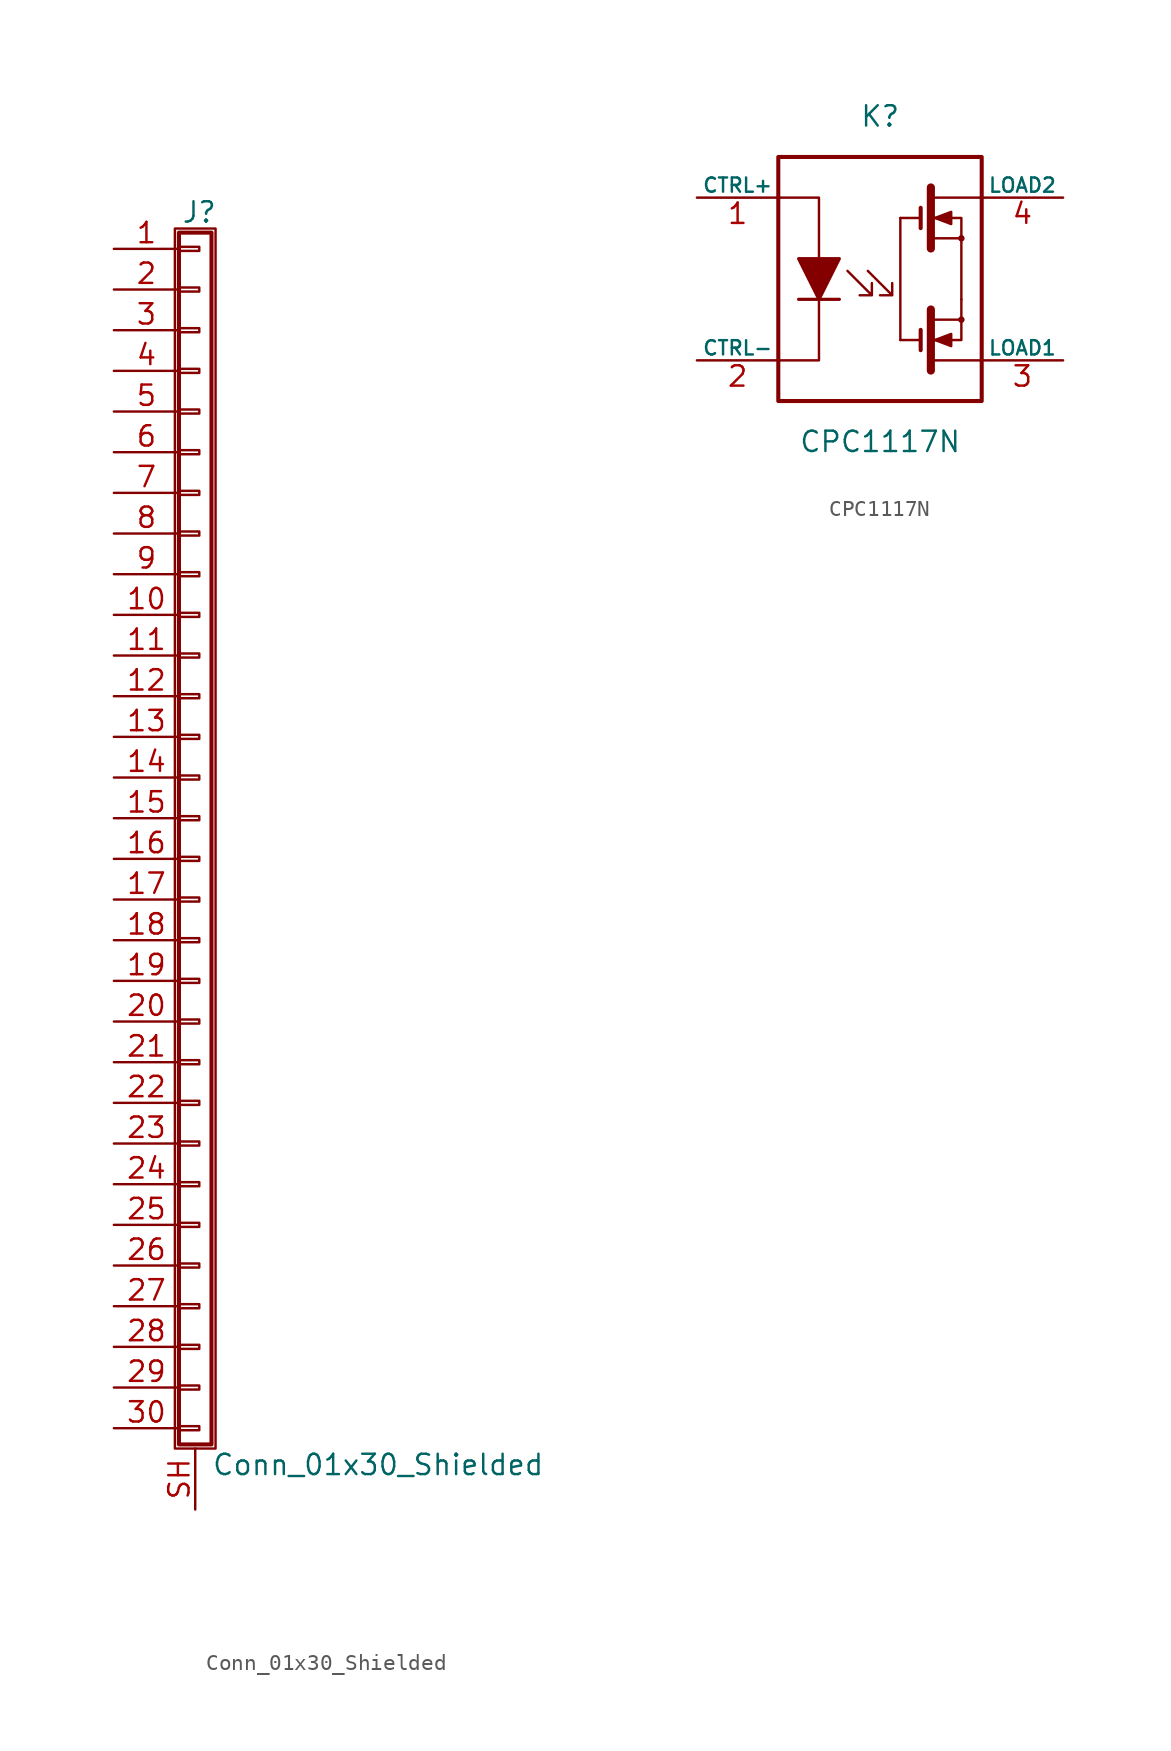
<source format=kicad_sym>
(kicad_symbol_lib
  (version 20241209)
  (generator "kicad_symbol_editor")
  (generator_version "9.0")
  (symbol "Conn_01x30_Shielded"
    (pin_names
      (offset 1.016)
      (hide yes))
    (property "Reference" "J"
      (at 0.254 37.846 0)
      (effects (font (size 1.27 1.27))))
    (property "Value" "Conn_01x30_Shielded"
      (at 1.016 -40.386 0)
      (effects (font (size 1.27 1.27)) (justify left)))
    (symbol "Conn_01x30_Shielded_1_1"
      (rectangle (start -1.27 36.83) (end 1.27 -39.37) (stroke (width 0.152) (type solid)) (fill (type none)))
      (rectangle (start -1.016 36.576) (end 1.016 -39.116) (stroke (width 0.254) (type solid)) (fill (type none)))
      (rectangle (start -1.016 35.687) (end 0.254 35.433) (stroke (width 0.152) (type solid)) (fill (type none)))
      (rectangle (start -1.016 33.147) (end 0.254 32.893) (stroke (width 0.152) (type solid)) (fill (type none)))
      (rectangle (start -1.016 30.607) (end 0.254 30.353) (stroke (width 0.152) (type solid)) (fill (type none)))
      (rectangle (start -1.016 28.067) (end 0.254 27.813) (stroke (width 0.152) (type solid)) (fill (type none)))
      (rectangle (start -1.016 25.527) (end 0.254 25.273) (stroke (width 0.152) (type solid)) (fill (type none)))
      (rectangle (start -1.016 22.987) (end 0.254 22.733) (stroke (width 0.152) (type solid)) (fill (type none)))
      (rectangle (start -1.016 20.447) (end 0.254 20.193) (stroke (width 0.152) (type solid)) (fill (type none)))
      (rectangle (start -1.016 17.907) (end 0.254 17.653) (stroke (width 0.152) (type solid)) (fill (type none)))
      (rectangle (start -1.016 15.367) (end 0.254 15.113) (stroke (width 0.152) (type solid)) (fill (type none)))
      (rectangle (start -1.016 12.827) (end 0.254 12.573) (stroke (width 0.152) (type solid)) (fill (type none)))
      (rectangle (start -1.016 10.287) (end 0.254 10.033) (stroke (width 0.152) (type solid)) (fill (type none)))
      (rectangle (start -1.016 7.747) (end 0.254 7.493) (stroke (width 0.152) (type solid)) (fill (type none)))
      (rectangle (start -1.016 5.207) (end 0.254 4.953) (stroke (width 0.152) (type solid)) (fill (type none)))
      (rectangle (start -1.016 2.667) (end 0.254 2.413) (stroke (width 0.152) (type solid)) (fill (type none)))
      (rectangle (start -1.016 0.127) (end 0.254 -0.127) (stroke (width 0.152) (type solid)) (fill (type none)))
      (rectangle (start -1.016 -2.413) (end 0.254 -2.667) (stroke (width 0.152) (type solid)) (fill (type none)))
      (rectangle (start -1.016 -4.953) (end 0.254 -5.207) (stroke (width 0.152) (type solid)) (fill (type none)))
      (rectangle (start -1.016 -7.493) (end 0.254 -7.747) (stroke (width 0.152) (type solid)) (fill (type none)))
      (rectangle (start -1.016 -10.033) (end 0.254 -10.287) (stroke (width 0.152) (type solid)) (fill (type none)))
      (rectangle (start -1.016 -12.573) (end 0.254 -12.827) (stroke (width 0.152) (type solid)) (fill (type none)))
      (rectangle (start -1.016 -15.113) (end 0.254 -15.367) (stroke (width 0.152) (type solid)) (fill (type none)))
      (rectangle (start -1.016 -17.653) (end 0.254 -17.907) (stroke (width 0.152) (type solid)) (fill (type none)))
      (rectangle (start -1.016 -20.193) (end 0.254 -20.447) (stroke (width 0.152) (type solid)) (fill (type none)))
      (rectangle (start -1.016 -22.733) (end 0.254 -22.987) (stroke (width 0.152) (type solid)) (fill (type none)))
      (rectangle (start -1.016 -25.273) (end 0.254 -25.527) (stroke (width 0.152) (type solid)) (fill (type none)))
      (rectangle (start -1.016 -27.813) (end 0.254 -28.067) (stroke (width 0.152) (type solid)) (fill (type none)))
      (rectangle (start -1.016 -30.353) (end 0.254 -30.607) (stroke (width 0.152) (type solid)) (fill (type none)))
      (rectangle (start -1.016 -32.893) (end 0.254 -33.147) (stroke (width 0.152) (type solid)) (fill (type none)))
      (rectangle (start -1.016 -35.433) (end 0.254 -35.687) (stroke (width 0.152) (type solid)) (fill (type none)))
      (rectangle (start -1.016 -37.973) (end 0.254 -38.227) (stroke (width 0.152) (type solid)) (fill (type none)))
      (pin passive line (at -5.08 35.56 0) (length 4.064) (name "Pin_1" (effects (font (size 1.27 1.27)))) (number "1" (effects (font (size 1.27 1.27)))))
      (pin passive line (at -5.08 33.02 0) (length 4.064) (name "Pin_2" (effects (font (size 1.27 1.27)))) (number "2" (effects (font (size 1.27 1.27)))))
      (pin passive line (at -5.08 30.48 0) (length 4.064) (name "Pin_3" (effects (font (size 1.27 1.27)))) (number "3" (effects (font (size 1.27 1.27)))))
      (pin passive line (at -5.08 27.94 0) (length 4.064) (name "Pin_4" (effects (font (size 1.27 1.27)))) (number "4" (effects (font (size 1.27 1.27)))))
      (pin passive line (at -5.08 25.4 0) (length 4.064) (name "Pin_5" (effects (font (size 1.27 1.27)))) (number "5" (effects (font (size 1.27 1.27)))))
      (pin passive line (at -5.08 22.86 0) (length 4.064) (name "Pin_6" (effects (font (size 1.27 1.27)))) (number "6" (effects (font (size 1.27 1.27)))))
      (pin passive line (at -5.08 20.32 0) (length 4.064) (name "Pin_7" (effects (font (size 1.27 1.27)))) (number "7" (effects (font (size 1.27 1.27)))))
      (pin passive line (at -5.08 17.78 0) (length 4.064) (name "Pin_8" (effects (font (size 1.27 1.27)))) (number "8" (effects (font (size 1.27 1.27)))))
      (pin passive line (at -5.08 15.24 0) (length 4.064) (name "Pin_9" (effects (font (size 1.27 1.27)))) (number "9" (effects (font (size 1.27 1.27)))))
      (pin passive line (at -5.08 12.7 0) (length 4.064) (name "Pin_10" (effects (font (size 1.27 1.27)))) (number "10" (effects (font (size 1.27 1.27)))))
      (pin passive line (at -5.08 10.16 0) (length 4.064) (name "Pin_11" (effects (font (size 1.27 1.27)))) (number "11" (effects (font (size 1.27 1.27)))))
      (pin passive line (at -5.08 7.62 0) (length 4.064) (name "Pin_12" (effects (font (size 1.27 1.27)))) (number "12" (effects (font (size 1.27 1.27)))))
      (pin passive line (at -5.08 5.08 0) (length 4.064) (name "Pin_13" (effects (font (size 1.27 1.27)))) (number "13" (effects (font (size 1.27 1.27)))))
      (pin passive line (at -5.08 2.54 0) (length 4.064) (name "Pin_14" (effects (font (size 1.27 1.27)))) (number "14" (effects (font (size 1.27 1.27)))))
      (pin passive line (at -5.08 0 0) (length 4.064) (name "Pin_15" (effects (font (size 1.27 1.27)))) (number "15" (effects (font (size 1.27 1.27)))))
      (pin passive line (at -5.08 -2.54 0) (length 4.064) (name "Pin_16" (effects (font (size 1.27 1.27)))) (number "16" (effects (font (size 1.27 1.27)))))
      (pin passive line (at -5.08 -5.08 0) (length 4.064) (name "Pin_17" (effects (font (size 1.27 1.27)))) (number "17" (effects (font (size 1.27 1.27)))))
      (pin passive line (at -5.08 -7.62 0) (length 4.064) (name "Pin_18" (effects (font (size 1.27 1.27)))) (number "18" (effects (font (size 1.27 1.27)))))
      (pin passive line (at -5.08 -10.16 0) (length 4.064) (name "Pin_19" (effects (font (size 1.27 1.27)))) (number "19" (effects (font (size 1.27 1.27)))))
      (pin passive line (at -5.08 -12.7 0) (length 4.064) (name "Pin_20" (effects (font (size 1.27 1.27)))) (number "20" (effects (font (size 1.27 1.27)))))
      (pin passive line (at -5.08 -15.24 0) (length 4.064) (name "Pin_21" (effects (font (size 1.27 1.27)))) (number "21" (effects (font (size 1.27 1.27)))))
      (pin passive line (at -5.08 -17.78 0) (length 4.064) (name "Pin_22" (effects (font (size 1.27 1.27)))) (number "22" (effects (font (size 1.27 1.27)))))
      (pin passive line (at -5.08 -20.32 0) (length 4.064) (name "Pin_23" (effects (font (size 1.27 1.27)))) (number "23" (effects (font (size 1.27 1.27)))))
      (pin passive line (at -5.08 -22.86 0) (length 4.064) (name "Pin_24" (effects (font (size 1.27 1.27)))) (number "24" (effects (font (size 1.27 1.27)))))
      (pin passive line (at -5.08 -25.4 0) (length 4.064) (name "Pin_25" (effects (font (size 1.27 1.27)))) (number "25" (effects (font (size 1.27 1.27)))))
      (pin passive line (at -5.08 -27.94 0) (length 4.064) (name "Pin_26" (effects (font (size 1.27 1.27)))) (number "26" (effects (font (size 1.27 1.27)))))
      (pin passive line (at -5.08 -30.48 0) (length 4.064) (name "Pin_27" (effects (font (size 1.27 1.27)))) (number "27" (effects (font (size 1.27 1.27)))))
      (pin passive line (at -5.08 -33.02 0) (length 4.064) (name "Pin_28" (effects (font (size 1.27 1.27)))) (number "28" (effects (font (size 1.27 1.27)))))
      (pin passive line (at -5.08 -35.56 0) (length 4.064) (name "Pin_29" (effects (font (size 1.27 1.27)))) (number "29" (effects (font (size 1.27 1.27)))))
      (pin passive line (at -5.08 -38.1 0) (length 4.064) (name "Pin_30" (effects (font (size 1.27 1.27)))) (number "30" (effects (font (size 1.27 1.27)))))
      (pin passive line (at 0 -43.18 90) (length 3.81) (name "Shield" (effects (font (size 1.27 1.27)))) (number "SH" (effects (font (size 1.27 1.27)))))))
  (symbol "CPC1117N"
    (pin_names
      (offset 0))
    (property "Reference" "K"
      (at -1.27 10.16 0)
      (effects (font (size 1.27 1.27)) (justify left)))
    (property "Value" "CPC1117N"
      (at -5.08 -10.16 0)
      (effects (font (size 1.27 1.27)) (justify left)))
    (symbol "CPC1117N_0_0"
      (pin bidirectional line (at -11.43 5.08 0) (length 5.08) (name "CTRL+" (effects (font (size 0.889 0.889)))) (number "1" (effects (font (size 1.27 1.27)))))
      (pin bidirectional line (at -11.43 -5.08 0) (length 5.08) (name "CTRL-" (effects (font (size 0.889 0.889)))) (number "2" (effects (font (size 1.27 1.27)))))
      (pin bidirectional line (at 11.43 5.08 180) (length 5.08) (name "LOAD2" (effects (font (size 0.889 0.889)))) (number "4" (effects (font (size 1.27 1.27)))))
      (pin bidirectional line (at 11.43 -5.08 180) (length 5.08) (name "LOAD1" (effects (font (size 0.889 0.889)))) (number "3" (effects (font (size 1.27 1.27))))))
    (symbol "CPC1117N_0_1"
      (rectangle (start -6.35 7.62) (end 6.35 -7.62) (stroke (width 0.254) (type solid)) (fill (type none)))
      (polyline (pts (xy -3.81 1.27) (xy -3.81 5.08) (xy -6.35 5.08)) (stroke (width 0.152) (type solid)) (fill (type none)))
      (polyline (pts (xy -3.81 -1.27) (xy -3.81 -5.08) (xy -6.35 -5.08)) (stroke (width 0.152) (type solid)) (fill (type none)))
      (polyline (pts (xy 1.27 3.81) (xy 1.27 -3.81)) (stroke (width 0.152) (type solid)) (fill (type none))))
    (symbol "CPC1117N_1_1"
      (polyline (pts (xy -5.08 1.27) (xy -2.54 1.27) (xy -3.81 -1.27) (xy -5.08 1.27)) (stroke (width 0.203) (type solid)) (fill (type outline)))
      (polyline (pts (xy -5.08 -1.27) (xy -2.54 -1.27)) (stroke (width 0.203) (type solid)) (fill (type none)))
      (polyline (pts (xy -3.81 1.27) (xy -3.81 -1.27)) (stroke (width 0) (type solid)) (fill (type none)))
      (polyline (pts (xy -2.032 0.508) (xy -0.508 -1.016) (xy -1.27 -1.016) (xy -0.508 -1.016) (xy -0.508 -0.254)) (stroke (width 0) (type solid)) (fill (type none)))
      (polyline (pts (xy -0.762 0.508) (xy 0.762 -1.016) (xy 0 -1.016) (xy 0.762 -1.016) (xy 0.762 -0.254)) (stroke (width 0) (type solid)) (fill (type none)))
      (polyline (pts (xy 2.54 4.445) (xy 2.54 3.175) (xy 2.54 3.556)) (stroke (width 0.254) (type solid)) (fill (type none)))
      (polyline (pts (xy 2.54 3.81) (xy 1.27 3.81)) (stroke (width 0) (type solid)) (fill (type none)))
      (polyline (pts (xy 2.54 -3.81) (xy 1.27 -3.81)) (stroke (width 0) (type solid)) (fill (type none)))
      (polyline (pts (xy 2.54 -4.445) (xy 2.54 -3.175) (xy 2.54 -3.556)) (stroke (width 0.254) (type solid)) (fill (type none)))
      (polyline (pts (xy 3.175 5.715) (xy 3.175 1.905)) (stroke (width 0.508) (type solid)) (fill (type none)))
      (polyline (pts (xy 3.175 -5.715) (xy 3.175 -1.905)) (stroke (width 0.508) (type solid)) (fill (type none)))
      (polyline (pts (xy 3.302 5.08) (xy 5.08 5.08) (xy 6.35 5.08)) (stroke (width 0) (type solid)) (fill (type none)))
      (polyline (pts (xy 3.302 3.81) (xy 3.81 3.81) (xy 5.08 3.81) (xy 5.08 2.54) (xy 5.08 2.54)) (stroke (width 0) (type solid)) (fill (type none)))
      (polyline (pts (xy 3.302 2.54) (xy 5.08 2.54) (xy 5.08 -1.27) (xy 5.08 1.27)) (stroke (width 0.152) (type solid)) (fill (type none)))
      (polyline (pts (xy 3.302 -2.54) (xy 5.08 -2.54) (xy 5.08 -1.27) (xy 5.08 -1.27)) (stroke (width 0) (type solid)) (fill (type none)))
      (polyline (pts (xy 3.302 -3.81) (xy 3.81 -3.81) (xy 5.08 -3.81) (xy 5.08 -2.54) (xy 5.08 -2.54)) (stroke (width 0) (type solid)) (fill (type none)))
      (polyline (pts (xy 3.302 -5.08) (xy 5.08 -5.08) (xy 6.35 -5.08)) (stroke (width 0) (type solid)) (fill (type none)))
      (polyline (pts (xy 3.429 3.81) (xy 4.445 4.191) (xy 4.445 3.429) (xy 3.429 3.81) (xy 3.556 3.81) (xy 3.556 3.81)) (stroke (width 0) (type solid)) (fill (type outline)))
      (polyline (pts (xy 3.429 -3.81) (xy 4.445 -4.191) (xy 4.445 -3.429) (xy 3.429 -3.81) (xy 3.556 -3.81) (xy 3.556 -3.81)) (stroke (width 0) (type solid)) (fill (type outline)))
      (circle (center 5.08 2.54) (radius 0.127) (stroke (width 0) (type solid)) (fill (type none)))
      (circle (center 5.08 -2.54) (radius 0.127) (stroke (width 0) (type solid)) (fill (type none))))))
</source>
